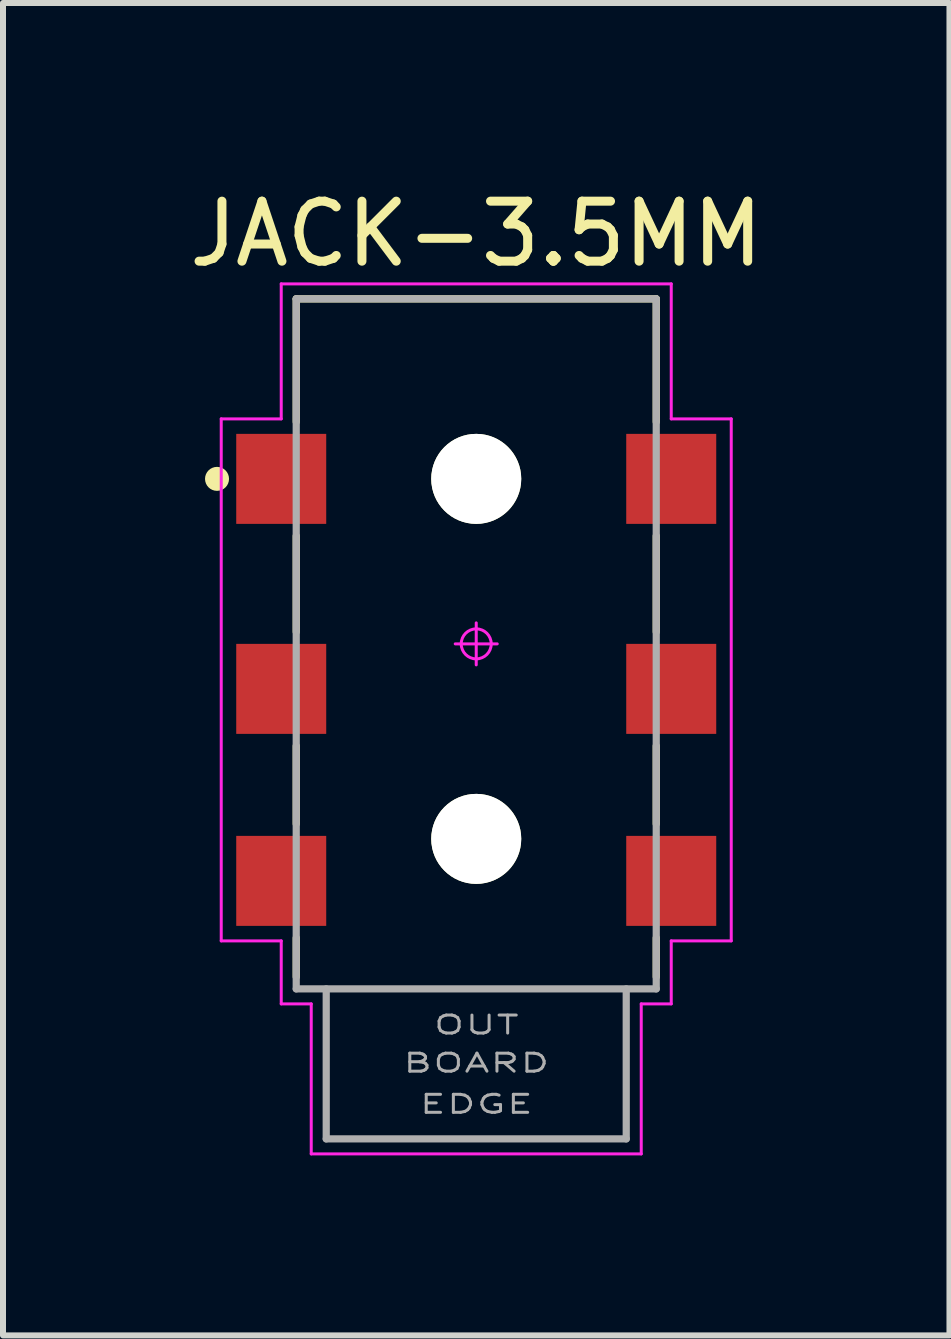
<source format=kicad_pcb>
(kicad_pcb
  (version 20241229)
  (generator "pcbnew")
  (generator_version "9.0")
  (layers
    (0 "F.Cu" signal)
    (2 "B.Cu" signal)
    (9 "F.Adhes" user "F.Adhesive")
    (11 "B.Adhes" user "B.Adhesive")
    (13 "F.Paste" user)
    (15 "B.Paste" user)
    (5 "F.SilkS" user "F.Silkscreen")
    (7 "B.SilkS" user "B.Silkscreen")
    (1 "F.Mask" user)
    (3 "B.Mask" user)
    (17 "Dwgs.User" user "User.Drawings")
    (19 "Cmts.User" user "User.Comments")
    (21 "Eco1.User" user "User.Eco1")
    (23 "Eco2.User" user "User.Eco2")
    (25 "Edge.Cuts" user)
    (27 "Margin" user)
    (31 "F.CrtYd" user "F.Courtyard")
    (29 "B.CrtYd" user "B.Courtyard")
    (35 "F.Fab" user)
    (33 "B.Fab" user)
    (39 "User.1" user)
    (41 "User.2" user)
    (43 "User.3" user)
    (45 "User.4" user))
  (footprint "JACK-3.5MM"
    (layer "F.Cu")
    (at 4.887 7.681)
    (property "Reference" "JACK-3.5MM" (at 0 -6.833 0) (layer "F.SilkS") (effects (font (size 1 1) (thickness 0.15))))
    (attr through_hole)
    (fp_line (start -3 -5.75) (end 3 -5.75) (stroke (width 0.12) (type solid)) (layer "F.SilkS"))
    (fp_line (start -3 -3.7) (end -3 -5.75) (stroke (width 0.12) (type solid)) (layer "F.SilkS"))
    (fp_line (start -3 -1.8) (end -3 -0.2) (stroke (width 0.12) (type solid)) (layer "F.SilkS"))
    (fp_line (start -3 1.7) (end -3 3) (stroke (width 0.12) (type solid)) (layer "F.SilkS"))
    (fp_line (start -3 4.9) (end -3 5.55) (stroke (width 0.12) (type solid)) (layer "F.SilkS"))
    (fp_line (start 3 -3.7) (end 3 -5.75) (stroke (width 0.12) (type solid)) (layer "F.SilkS"))
    (fp_line (start 3 -1.8) (end 3 -0.2) (stroke (width 0.12) (type solid)) (layer "F.SilkS"))
    (fp_line (start 3 1.7) (end 3 3) (stroke (width 0.12) (type solid)) (layer "F.SilkS"))
    (fp_line (start 3 4.9) (end 3 5.55) (stroke (width 0.12) (type solid)) (layer "F.SilkS"))
    (fp_circle (center -4.32 -2.75) (end -4.22 -2.75) (stroke (width 0.2) (type solid)) (fill no) (layer "F.SilkS"))
    (fp_line (start -4.25 -3.75) (end -4.25 4.95) (stroke (width 0.05) (type solid)) (layer "F.CrtYd"))
    (fp_line (start -4.25 4.95) (end -3.25 4.95) (stroke (width 0.05) (type solid)) (layer "F.CrtYd"))
    (fp_line (start -3.25 -6) (end -3.25 -3.75) (stroke (width 0.05) (type solid)) (layer "F.CrtYd"))
    (fp_line (start -3.25 -6) (end 3.25 -6) (stroke (width 0.05) (type solid)) (layer "F.CrtYd"))
    (fp_line (start -3.25 -3.75) (end -4.25 -3.75) (stroke (width 0.05) (type solid)) (layer "F.CrtYd"))
    (fp_line (start -3.25 4.95) (end -3.25 6) (stroke (width 0.05) (type solid)) (layer "F.CrtYd"))
    (fp_line (start -3.25 6) (end -2.75 6) (stroke (width 0.05) (type solid)) (layer "F.CrtYd"))
    (fp_line (start -2.75 8.5) (end -2.75 6) (stroke (width 0.05) (type solid)) (layer "F.CrtYd"))
    (fp_line (start -2.75 8.5) (end 2.75 8.5) (stroke (width 0.05) (type solid)) (layer "F.CrtYd"))
    (fp_line (start -0.35 0) (end 0.35 0) (stroke (width 0.05) (type solid)) (layer "F.CrtYd"))
    (fp_line (start 0 -0.35) (end 0 0.35) (stroke (width 0.05) (type solid)) (layer "F.CrtYd"))
    (fp_line (start 2.75 8.5) (end 2.75 6) (stroke (width 0.05) (type solid)) (layer "F.CrtYd"))
    (fp_line (start 3.25 -6) (end 3.25 -3.75) (stroke (width 0.05) (type solid)) (layer "F.CrtYd"))
    (fp_line (start 3.25 -3.75) (end 4.25 -3.75) (stroke (width 0.05) (type solid)) (layer "F.CrtYd"))
    (fp_line (start 3.25 4.95) (end 3.25 6) (stroke (width 0.05) (type solid)) (layer "F.CrtYd"))
    (fp_line (start 3.25 6) (end 2.75 6) (stroke (width 0.05) (type solid)) (layer "F.CrtYd"))
    (fp_line (start 4.25 -3.75) (end 4.25 4.95) (stroke (width 0.05) (type solid)) (layer "F.CrtYd"))
    (fp_line (start 4.25 4.95) (end 3.25 4.95) (stroke (width 0.05) (type solid)) (layer "F.CrtYd"))
    (fp_circle (center 0 0) (end -0.25 0) (stroke (width 0.05) (type solid)) (fill no) (layer "F.CrtYd"))
    (fp_line (start -3 -5.75) (end 3 -5.75) (stroke (width 0.12) (type solid)) (layer "F.Fab"))
    (fp_line (start -3 5.75) (end -3 -5.75) (stroke (width 0.12) (type solid)) (layer "F.Fab"))
    (fp_line (start -2.5 8.25) (end -2.5 5.75) (stroke (width 0.12) (type solid)) (layer "F.Fab"))
    (fp_line (start -2.5 8.25) (end 2.5 8.25) (stroke (width 0.12) (type solid)) (layer "F.Fab"))
    (fp_line (start 2.5 8.25) (end 2.5 5.75) (stroke (width 0.12) (type solid)) (layer "F.Fab"))
    (fp_line (start 3 -5.75) (end 3 5.75) (stroke (width 0.12) (type solid)) (layer "F.Fab"))
    (fp_line (start 3 5.75) (end -3 5.75) (stroke (width 0.12) (type solid)) (layer "F.Fab"))
    (fp_text user "OUT" (at 0 6.35 0) (layer "F.Fab") (effects (font (size 0.3 0.5) (thickness 0.05))))
    (fp_text user "EDGE" (at 0 7.671 0) (layer "F.Fab") (effects (font (size 0.3 0.5) (thickness 0.05))))
    (fp_text user "BOARD" (at 0 6.985 0) (layer "F.Fab") (effects (font (size 0.3 0.5) (thickness 0.05))))
    (pad "" np_thru_hole circle (at 0 -2.75) (size 1.5 1.5) (drill 1.5) (layers "*.Cu" "*.Mask" "F.SilkS"))
    (pad "" np_thru_hole circle (at 0 3.25) (size 1.5 1.5) (drill 1.5) (layers "*.Cu" "*.Mask" "F.SilkS"))
    (pad "1" smd rect (at -3.25 -2.75) (size 1.5 1.5) (layers "F.Cu" "F.Mask" "F.Paste"))
    (pad "2" smd rect (at -3.25 0.75) (size 1.5 1.5) (layers "F.Cu" "F.Mask" "F.Paste"))
    (pad "3" smd rect (at -3.25 3.95) (size 1.5 1.5) (layers "F.Cu" "F.Mask" "F.Paste"))
    (pad "4" smd rect (at 3.25 3.95) (size 1.5 1.5) (layers "F.Cu" "F.Mask" "F.Paste"))
    (pad "5" smd rect (at 3.25 0.75) (size 1.5 1.5) (layers "F.Cu" "F.Mask" "F.Paste"))
    (pad "6" smd rect (at 3.25 -2.75) (size 1.5 1.5) (layers "F.Cu" "F.Mask" "F.Paste")))
  (gr_rect
    (start -3 -3)
    (end 12.774 19.206)
    (stroke (width 0.1) (type default))
    (fill no)
    (layer "Edge.Cuts")))
</source>
